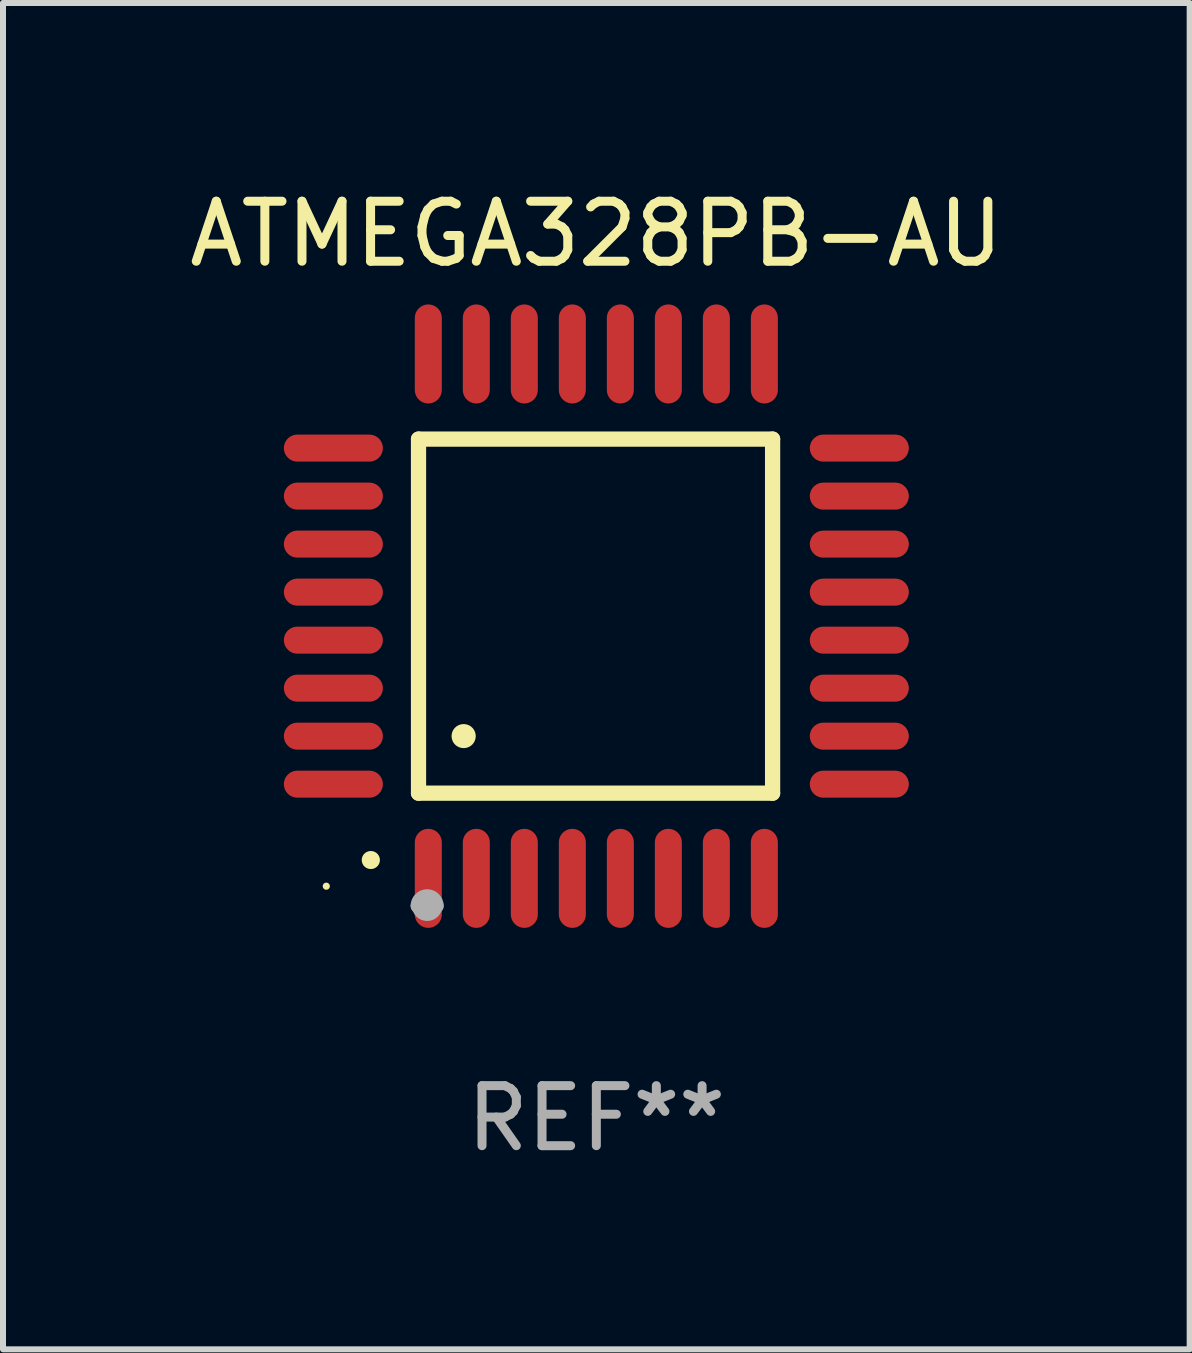
<source format=kicad_pcb>
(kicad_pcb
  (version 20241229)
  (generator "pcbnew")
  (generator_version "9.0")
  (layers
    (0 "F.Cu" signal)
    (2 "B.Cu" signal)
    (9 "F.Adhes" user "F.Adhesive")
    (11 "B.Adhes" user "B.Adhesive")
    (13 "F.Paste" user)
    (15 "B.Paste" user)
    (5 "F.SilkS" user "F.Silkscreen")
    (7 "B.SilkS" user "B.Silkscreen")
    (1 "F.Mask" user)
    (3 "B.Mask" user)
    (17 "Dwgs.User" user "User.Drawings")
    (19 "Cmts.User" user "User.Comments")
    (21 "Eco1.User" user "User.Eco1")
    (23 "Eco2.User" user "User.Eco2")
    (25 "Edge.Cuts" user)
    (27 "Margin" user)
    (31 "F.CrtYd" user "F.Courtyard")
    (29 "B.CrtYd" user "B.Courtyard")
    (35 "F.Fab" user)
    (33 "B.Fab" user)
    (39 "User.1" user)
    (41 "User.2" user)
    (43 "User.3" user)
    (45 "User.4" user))
  (footprint "ATMEGA328PB-AU"
    (layer "F.Cu")
    (at 6.887 7.217)
    (property "Reference" "ATMEGA328PB-AU" (at 0 -6.369 0) (layer "F.SilkS") (effects (font (size 1 1) (thickness 0.15))))
    (attr through_hole)
    (fp_line (start -2.963 -2.95) (end -2.963 2.95) (stroke (width 0.254) (type solid)) (layer "F.SilkS"))
    (fp_line (start -2.963 2.95) (end 2.937 2.95) (stroke (width 0.254) (type solid)) (layer "F.SilkS"))
    (fp_line (start 2.937 -2.95) (end -2.963 -2.95) (stroke (width 0.254) (type solid)) (layer "F.SilkS"))
    (fp_line (start 2.937 2.95) (end 2.937 -2.95) (stroke (width 0.254) (type solid)) (layer "F.SilkS"))
    (fp_arc (start -3.759208 4.064008) (mid -3.757938 4.064003) (end -3.756668 4.064008) (stroke (width 0.3) (type solid)) (layer "F.SilkS"))
    (fp_arc (start -2.212344 1.998984) (mid -2.211074 1.99898) (end -2.209804 1.998984) (stroke (width 0.4) (type solid)) (layer "F.SilkS"))
    (fp_circle (center -4.5 4.5) (end -4.47 4.5) (stroke (width 0.06) (type solid)) (fill no) (layer "F.SilkS"))
    (fp_arc (start -2.967489 4.82601) (mid -2.819406 4.677927) (end -2.671323 4.82601) (stroke (width 0.254001) (type solid)) (layer "F.Fab"))
    (fp_arc (start -2.967488 4.82601) (mid -2.819406 4.791053) (end -2.671324 4.82601) (stroke (width 0.254001) (type solid)) (layer "F.Fab"))
    (fp_circle (center -2.819 4.826) (end -2.692 4.826) (stroke (width 0.254) (type solid)) (fill no) (layer "F.Fab"))
    (fp_text user "REF**" (at 0 8.369 0) (layer "F.Fab") (effects (font (size 1 1) (thickness 0.15))))
    (pad "1" smd oval (at -2.8 4.369) (size 0.45 1.65) (layers "F.Cu" "F.Mask" "F.Paste"))
    (pad "2" smd oval (at -2 4.369) (size 0.45 1.65) (layers "F.Cu" "F.Mask" "F.Paste"))
    (pad "3" smd oval (at -1.2 4.369) (size 0.45 1.65) (layers "F.Cu" "F.Mask" "F.Paste"))
    (pad "4" smd oval (at -0.4 4.369) (size 0.45 1.65) (layers "F.Cu" "F.Mask" "F.Paste"))
    (pad "5" smd oval (at 0.4 4.369) (size 0.45 1.65) (layers "F.Cu" "F.Mask" "F.Paste"))
    (pad "6" smd oval (at 1.2 4.369) (size 0.45 1.65) (layers "F.Cu" "F.Mask" "F.Paste"))
    (pad "7" smd oval (at 2 4.369) (size 0.45 1.65) (layers "F.Cu" "F.Mask" "F.Paste"))
    (pad "8" smd oval (at 2.8 4.369) (size 0.45 1.65) (layers "F.Cu" "F.Mask" "F.Paste"))
    (pad "9" smd oval (at 4.382 2.8) (size 1.65 0.45) (layers "F.Cu" "F.Mask" "F.Paste"))
    (pad "10" smd oval (at 4.382 2) (size 1.65 0.45) (layers "F.Cu" "F.Mask" "F.Paste"))
    (pad "11" smd oval (at 4.382 1.2) (size 1.65 0.45) (layers "F.Cu" "F.Mask" "F.Paste"))
    (pad "12" smd oval (at 4.382 0.4) (size 1.65 0.45) (layers "F.Cu" "F.Mask" "F.Paste"))
    (pad "13" smd oval (at 4.382 -0.4) (size 1.65 0.45) (layers "F.Cu" "F.Mask" "F.Paste"))
    (pad "14" smd oval (at 4.382 -1.2) (size 1.65 0.45) (layers "F.Cu" "F.Mask" "F.Paste"))
    (pad "15" smd oval (at 4.382 -2) (size 1.65 0.45) (layers "F.Cu" "F.Mask" "F.Paste"))
    (pad "16" smd oval (at 4.382 -2.8) (size 1.65 0.45) (layers "F.Cu" "F.Mask" "F.Paste"))
    (pad "17" smd oval (at 2.8 -4.369) (size 0.45 1.65) (layers "F.Cu" "F.Mask" "F.Paste"))
    (pad "18" smd oval (at 2 -4.369) (size 0.45 1.65) (layers "F.Cu" "F.Mask" "F.Paste"))
    (pad "19" smd oval (at 1.2 -4.369) (size 0.45 1.65) (layers "F.Cu" "F.Mask" "F.Paste"))
    (pad "20" smd oval (at 0.4 -4.369) (size 0.45 1.65) (layers "F.Cu" "F.Mask" "F.Paste"))
    (pad "21" smd oval (at -0.4 -4.369) (size 0.45 1.65) (layers "F.Cu" "F.Mask" "F.Paste"))
    (pad "22" smd oval (at -1.2 -4.369) (size 0.45 1.65) (layers "F.Cu" "F.Mask" "F.Paste"))
    (pad "23" smd oval (at -2 -4.369) (size 0.45 1.65) (layers "F.Cu" "F.Mask" "F.Paste"))
    (pad "24" smd oval (at -2.8 -4.369) (size 0.45 1.65) (layers "F.Cu" "F.Mask" "F.Paste"))
    (pad "25" smd oval (at -4.382 -2.8) (size 1.65 0.45) (layers "F.Cu" "F.Mask" "F.Paste"))
    (pad "26" smd oval (at -4.382 -2) (size 1.65 0.45) (layers "F.Cu" "F.Mask" "F.Paste"))
    (pad "27" smd oval (at -4.382 -1.2) (size 1.65 0.45) (layers "F.Cu" "F.Mask" "F.Paste"))
    (pad "28" smd oval (at -4.382 -0.4) (size 1.65 0.45) (layers "F.Cu" "F.Mask" "F.Paste"))
    (pad "29" smd oval (at -4.382 0.4) (size 1.65 0.45) (layers "F.Cu" "F.Mask" "F.Paste"))
    (pad "30" smd oval (at -4.382 1.2) (size 1.65 0.45) (layers "F.Cu" "F.Mask" "F.Paste"))
    (pad "31" smd oval (at -4.382 2) (size 1.65 0.45) (layers "F.Cu" "F.Mask" "F.Paste"))
    (pad "32" smd oval (at -4.382 2.8) (size 1.65 0.45) (layers "F.Cu" "F.Mask" "F.Paste")))
  (gr_rect
    (start -3 -3)
    (end 16.774 19.434)
    (stroke (width 0.1) (type default))
    (fill no)
    (layer "Edge.Cuts")))
</source>
